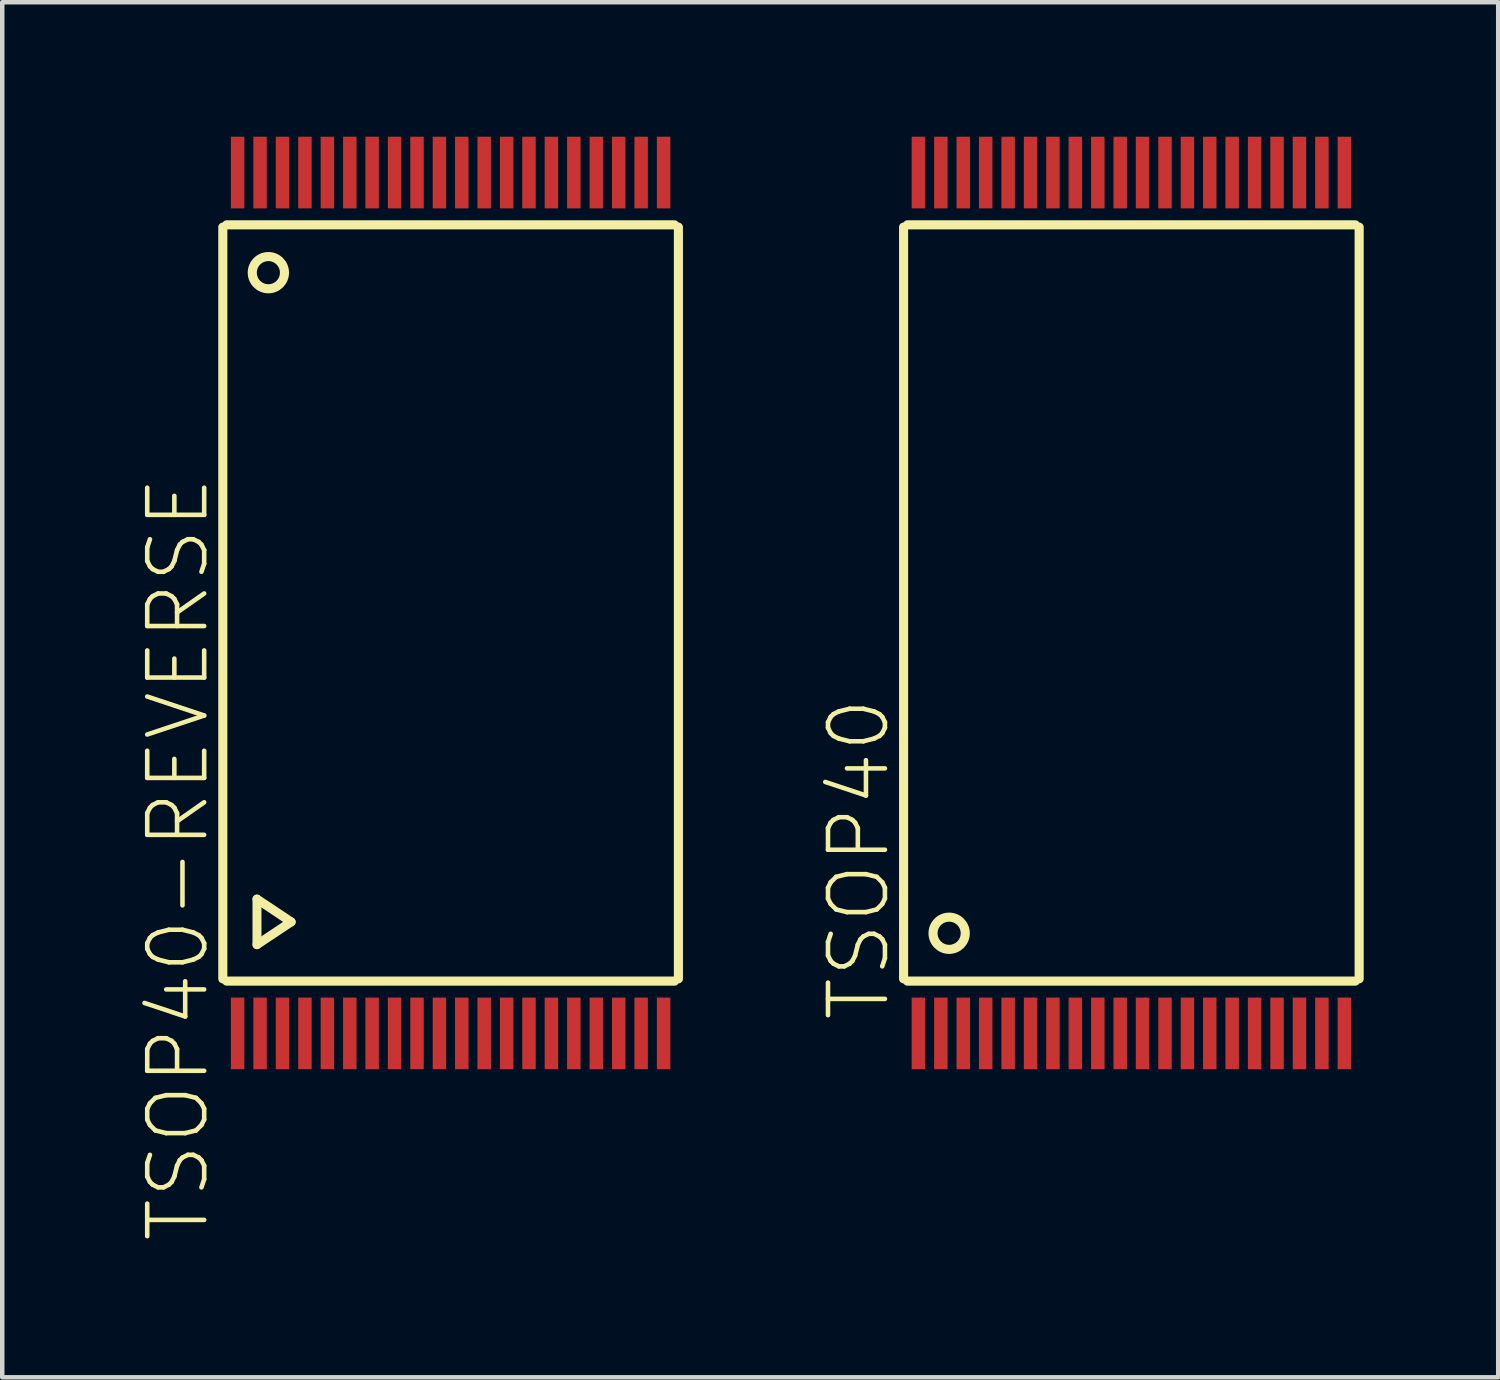
<source format=kicad_pcb>
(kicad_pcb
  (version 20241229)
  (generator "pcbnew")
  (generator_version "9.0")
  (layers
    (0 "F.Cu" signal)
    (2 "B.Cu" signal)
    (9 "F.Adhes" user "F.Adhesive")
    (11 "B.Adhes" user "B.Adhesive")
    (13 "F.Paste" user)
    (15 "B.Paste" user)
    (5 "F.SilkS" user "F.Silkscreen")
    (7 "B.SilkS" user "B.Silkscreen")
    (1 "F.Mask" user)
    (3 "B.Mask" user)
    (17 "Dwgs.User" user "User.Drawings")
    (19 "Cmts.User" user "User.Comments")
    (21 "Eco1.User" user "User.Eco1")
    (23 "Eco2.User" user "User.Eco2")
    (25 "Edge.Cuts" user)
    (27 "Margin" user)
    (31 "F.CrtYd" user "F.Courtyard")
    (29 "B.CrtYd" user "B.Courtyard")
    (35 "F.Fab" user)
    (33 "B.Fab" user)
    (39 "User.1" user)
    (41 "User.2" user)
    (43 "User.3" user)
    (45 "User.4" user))
  (footprint "TSOP40-REVERSE"
    (layer "F.Cu")
    (at 6.999 10.397)
    (property "Reference" "TSOP40-REVERSE" (at -6.078 5.715 90) (layer "F.SilkS") (effects (font (size 1.27 1.27) (thickness 0.102))))
    (attr smd)
    (fp_line (start -5.08 8.382) (end -5.08 -8.382) (stroke (width 0.203) (type solid)) (layer "F.SilkS"))
    (fp_line (start -4.994 -8.433) (end 4.994 -8.433) (stroke (width 0.203) (type solid)) (layer "F.SilkS"))
    (fp_line (start -4.318 6.604) (end -4.318 7.62) (stroke (width 0.2) (type solid)) (layer "F.SilkS"))
    (fp_line (start -4.318 7.62) (end -3.556 7.112) (stroke (width 0.2) (type solid)) (layer "F.SilkS"))
    (fp_line (start -3.556 7.112) (end -4.318 6.604) (stroke (width 0.2) (type solid)) (layer "F.SilkS"))
    (fp_line (start 4.994 8.433) (end -4.994 8.433) (stroke (width 0.203) (type solid)) (layer "F.SilkS"))
    (fp_line (start 5.08 8.382) (end 5.08 -8.382) (stroke (width 0.203) (type solid)) (layer "F.SilkS"))
    (fp_circle (center -4.064 -7.366) (end -3.81 -7.62) (stroke (width 0.203) (type solid)) (fill no) (layer "F.SilkS"))
    (pad "1" smd rect (at -4.75 -9.599) (size 0.3 1.598) (layers "F.Cu" "F.Mask" "F.Paste"))
    (pad "2" smd rect (at -4.249 -9.599) (size 0.3 1.598) (layers "F.Cu" "F.Mask" "F.Paste"))
    (pad "3" smd rect (at -3.749 -9.599) (size 0.3 1.598) (layers "F.Cu" "F.Mask" "F.Paste"))
    (pad "4" smd rect (at -3.249 -9.599) (size 0.3 1.598) (layers "F.Cu" "F.Mask" "F.Paste"))
    (pad "5" smd rect (at -2.748 -9.599) (size 0.3 1.598) (layers "F.Cu" "F.Mask" "F.Paste"))
    (pad "6" smd rect (at -2.248 -9.599) (size 0.3 1.598) (layers "F.Cu" "F.Mask" "F.Paste"))
    (pad "7" smd rect (at -1.75 -9.599) (size 0.3 1.598) (layers "F.Cu" "F.Mask" "F.Paste"))
    (pad "8" smd rect (at -1.25 -9.599) (size 0.3 1.598) (layers "F.Cu" "F.Mask" "F.Paste"))
    (pad "9" smd rect (at -0.749 -9.599) (size 0.3 1.598) (layers "F.Cu" "F.Mask" "F.Paste"))
    (pad "10" smd rect (at -0.249 -9.599) (size 0.3 1.598) (layers "F.Cu" "F.Mask" "F.Paste"))
    (pad "11" smd rect (at 0.249 -9.599) (size 0.3 1.598) (layers "F.Cu" "F.Mask" "F.Paste"))
    (pad "12" smd rect (at 0.749 -9.599) (size 0.3 1.598) (layers "F.Cu" "F.Mask" "F.Paste"))
    (pad "13" smd rect (at 1.25 -9.599) (size 0.3 1.598) (layers "F.Cu" "F.Mask" "F.Paste"))
    (pad "14" smd rect (at 1.748 -9.599) (size 0.3 1.598) (layers "F.Cu" "F.Mask" "F.Paste"))
    (pad "15" smd rect (at 2.248 -9.599) (size 0.3 1.598) (layers "F.Cu" "F.Mask" "F.Paste"))
    (pad "16" smd rect (at 2.748 -9.599) (size 0.3 1.598) (layers "F.Cu" "F.Mask" "F.Paste"))
    (pad "17" smd rect (at 3.249 -9.599) (size 0.3 1.598) (layers "F.Cu" "F.Mask" "F.Paste"))
    (pad "18" smd rect (at 3.749 -9.599) (size 0.3 1.598) (layers "F.Cu" "F.Mask" "F.Paste"))
    (pad "19" smd rect (at 4.249 -9.599) (size 0.3 1.598) (layers "F.Cu" "F.Mask" "F.Paste"))
    (pad "20" smd rect (at 4.75 -9.599) (size 0.3 1.598) (layers "F.Cu" "F.Mask" "F.Paste"))
    (pad "21" smd rect (at 4.75 9.599) (size 0.3 1.598) (layers "F.Cu" "F.Mask" "F.Paste"))
    (pad "22" smd rect (at 4.249 9.599) (size 0.3 1.598) (layers "F.Cu" "F.Mask" "F.Paste"))
    (pad "23" smd rect (at 3.749 9.599) (size 0.3 1.598) (layers "F.Cu" "F.Mask" "F.Paste"))
    (pad "24" smd rect (at 3.249 9.599) (size 0.3 1.598) (layers "F.Cu" "F.Mask" "F.Paste"))
    (pad "25" smd rect (at 2.748 9.599) (size 0.3 1.598) (layers "F.Cu" "F.Mask" "F.Paste"))
    (pad "26" smd rect (at 2.248 9.599) (size 0.3 1.598) (layers "F.Cu" "F.Mask" "F.Paste"))
    (pad "27" smd rect (at 1.748 9.599) (size 0.3 1.598) (layers "F.Cu" "F.Mask" "F.Paste"))
    (pad "28" smd rect (at 1.25 9.599) (size 0.3 1.598) (layers "F.Cu" "F.Mask" "F.Paste"))
    (pad "29" smd rect (at 0.749 9.599) (size 0.3 1.598) (layers "F.Cu" "F.Mask" "F.Paste"))
    (pad "30" smd rect (at 0.249 9.599) (size 0.3 1.598) (layers "F.Cu" "F.Mask" "F.Paste"))
    (pad "31" smd rect (at -0.249 9.599) (size 0.3 1.598) (layers "F.Cu" "F.Mask" "F.Paste"))
    (pad "32" smd rect (at -0.749 9.599) (size 0.3 1.598) (layers "F.Cu" "F.Mask" "F.Paste"))
    (pad "33" smd rect (at -1.25 9.599) (size 0.3 1.598) (layers "F.Cu" "F.Mask" "F.Paste"))
    (pad "34" smd rect (at -1.75 9.599) (size 0.3 1.598) (layers "F.Cu" "F.Mask" "F.Paste"))
    (pad "35" smd rect (at -2.248 9.599) (size 0.3 1.598) (layers "F.Cu" "F.Mask" "F.Paste"))
    (pad "36" smd rect (at -2.748 9.599) (size 0.3 1.598) (layers "F.Cu" "F.Mask" "F.Paste"))
    (pad "37" smd rect (at -3.249 9.599) (size 0.3 1.598) (layers "F.Cu" "F.Mask" "F.Paste"))
    (pad "38" smd rect (at -3.749 9.599) (size 0.3 1.598) (layers "F.Cu" "F.Mask" "F.Paste"))
    (pad "39" smd rect (at -4.249 9.599) (size 0.3 1.598) (layers "F.Cu" "F.Mask" "F.Paste"))
    (pad "40" smd rect (at -4.75 9.599) (size 0.3 1.598) (layers "F.Cu" "F.Mask" "F.Paste")))
  (footprint "TSOP40"
    (layer "F.Cu")
    (at 22.181 10.397)
    (property "Reference" "TSOP40" (at -6.078 5.715 90) (layer "F.SilkS") (effects (font (size 1.27 1.27) (thickness 0.102))))
    (attr smd)
    (fp_line (start -5.08 8.382) (end -5.08 -8.382) (stroke (width 0.203) (type solid)) (layer "F.SilkS"))
    (fp_line (start -4.994 -8.433) (end 4.994 -8.433) (stroke (width 0.203) (type solid)) (layer "F.SilkS"))
    (fp_line (start 4.994 8.433) (end -4.994 8.433) (stroke (width 0.203) (type solid)) (layer "F.SilkS"))
    (fp_line (start 5.08 8.382) (end 5.08 -8.382) (stroke (width 0.203) (type solid)) (layer "F.SilkS"))
    (fp_circle (center -4.064 7.366) (end -3.81 7.112) (stroke (width 0.203) (type solid)) (fill no) (layer "F.SilkS"))
    (pad "1" smd rect (at -4.75 9.599) (size 0.3 1.598) (layers "F.Cu" "F.Mask" "F.Paste"))
    (pad "2" smd rect (at -4.249 9.599) (size 0.3 1.598) (layers "F.Cu" "F.Mask" "F.Paste"))
    (pad "3" smd rect (at -3.749 9.599) (size 0.3 1.598) (layers "F.Cu" "F.Mask" "F.Paste"))
    (pad "4" smd rect (at -3.249 9.599) (size 0.3 1.598) (layers "F.Cu" "F.Mask" "F.Paste"))
    (pad "5" smd rect (at -2.748 9.599) (size 0.3 1.598) (layers "F.Cu" "F.Mask" "F.Paste"))
    (pad "6" smd rect (at -2.248 9.599) (size 0.3 1.598) (layers "F.Cu" "F.Mask" "F.Paste"))
    (pad "7" smd rect (at -1.75 9.599) (size 0.3 1.598) (layers "F.Cu" "F.Mask" "F.Paste"))
    (pad "8" smd rect (at -1.25 9.599) (size 0.3 1.598) (layers "F.Cu" "F.Mask" "F.Paste"))
    (pad "9" smd rect (at -0.749 9.599) (size 0.3 1.598) (layers "F.Cu" "F.Mask" "F.Paste"))
    (pad "10" smd rect (at -0.249 9.599) (size 0.3 1.598) (layers "F.Cu" "F.Mask" "F.Paste"))
    (pad "11" smd rect (at 0.249 9.599) (size 0.3 1.598) (layers "F.Cu" "F.Mask" "F.Paste"))
    (pad "12" smd rect (at 0.749 9.599) (size 0.3 1.598) (layers "F.Cu" "F.Mask" "F.Paste"))
    (pad "13" smd rect (at 1.25 9.599) (size 0.3 1.598) (layers "F.Cu" "F.Mask" "F.Paste"))
    (pad "14" smd rect (at 1.748 9.599) (size 0.3 1.598) (layers "F.Cu" "F.Mask" "F.Paste"))
    (pad "15" smd rect (at 2.248 9.599) (size 0.3 1.598) (layers "F.Cu" "F.Mask" "F.Paste"))
    (pad "16" smd rect (at 2.748 9.599) (size 0.3 1.598) (layers "F.Cu" "F.Mask" "F.Paste"))
    (pad "17" smd rect (at 3.249 9.599) (size 0.3 1.598) (layers "F.Cu" "F.Mask" "F.Paste"))
    (pad "18" smd rect (at 3.749 9.599) (size 0.3 1.598) (layers "F.Cu" "F.Mask" "F.Paste"))
    (pad "19" smd rect (at 4.249 9.599) (size 0.3 1.598) (layers "F.Cu" "F.Mask" "F.Paste"))
    (pad "20" smd rect (at 4.75 9.599) (size 0.3 1.598) (layers "F.Cu" "F.Mask" "F.Paste"))
    (pad "21" smd rect (at 4.75 -9.599) (size 0.3 1.598) (layers "F.Cu" "F.Mask" "F.Paste"))
    (pad "22" smd rect (at 4.249 -9.599) (size 0.3 1.598) (layers "F.Cu" "F.Mask" "F.Paste"))
    (pad "23" smd rect (at 3.749 -9.599) (size 0.3 1.598) (layers "F.Cu" "F.Mask" "F.Paste"))
    (pad "24" smd rect (at 3.249 -9.599) (size 0.3 1.598) (layers "F.Cu" "F.Mask" "F.Paste"))
    (pad "25" smd rect (at 2.748 -9.599) (size 0.3 1.598) (layers "F.Cu" "F.Mask" "F.Paste"))
    (pad "26" smd rect (at 2.248 -9.599) (size 0.3 1.598) (layers "F.Cu" "F.Mask" "F.Paste"))
    (pad "27" smd rect (at 1.748 -9.599) (size 0.3 1.598) (layers "F.Cu" "F.Mask" "F.Paste"))
    (pad "28" smd rect (at 1.25 -9.599) (size 0.3 1.598) (layers "F.Cu" "F.Mask" "F.Paste"))
    (pad "29" smd rect (at 0.749 -9.599) (size 0.3 1.598) (layers "F.Cu" "F.Mask" "F.Paste"))
    (pad "30" smd rect (at 0.249 -9.599) (size 0.3 1.598) (layers "F.Cu" "F.Mask" "F.Paste"))
    (pad "31" smd rect (at -0.249 -9.599) (size 0.3 1.598) (layers "F.Cu" "F.Mask" "F.Paste"))
    (pad "32" smd rect (at -0.749 -9.599) (size 0.3 1.598) (layers "F.Cu" "F.Mask" "F.Paste"))
    (pad "33" smd rect (at -1.25 -9.599) (size 0.3 1.598) (layers "F.Cu" "F.Mask" "F.Paste"))
    (pad "34" smd rect (at -1.75 -9.599) (size 0.3 1.598) (layers "F.Cu" "F.Mask" "F.Paste"))
    (pad "35" smd rect (at -2.248 -9.599) (size 0.3 1.598) (layers "F.Cu" "F.Mask" "F.Paste"))
    (pad "36" smd rect (at -2.748 -9.599) (size 0.3 1.598) (layers "F.Cu" "F.Mask" "F.Paste"))
    (pad "37" smd rect (at -3.249 -9.599) (size 0.3 1.598) (layers "F.Cu" "F.Mask" "F.Paste"))
    (pad "38" smd rect (at -3.749 -9.599) (size 0.3 1.598) (layers "F.Cu" "F.Mask" "F.Paste"))
    (pad "39" smd rect (at -4.249 -9.599) (size 0.3 1.598) (layers "F.Cu" "F.Mask" "F.Paste"))
    (pad "40" smd rect (at -4.75 -9.599) (size 0.3 1.598) (layers "F.Cu" "F.Mask" "F.Paste")))
  (gr_rect
    (start -3 -3)
    (end 30.362 27.665)
    (stroke (width 0.1) (type default))
    (fill no)
    (layer "Edge.Cuts")))
</source>
